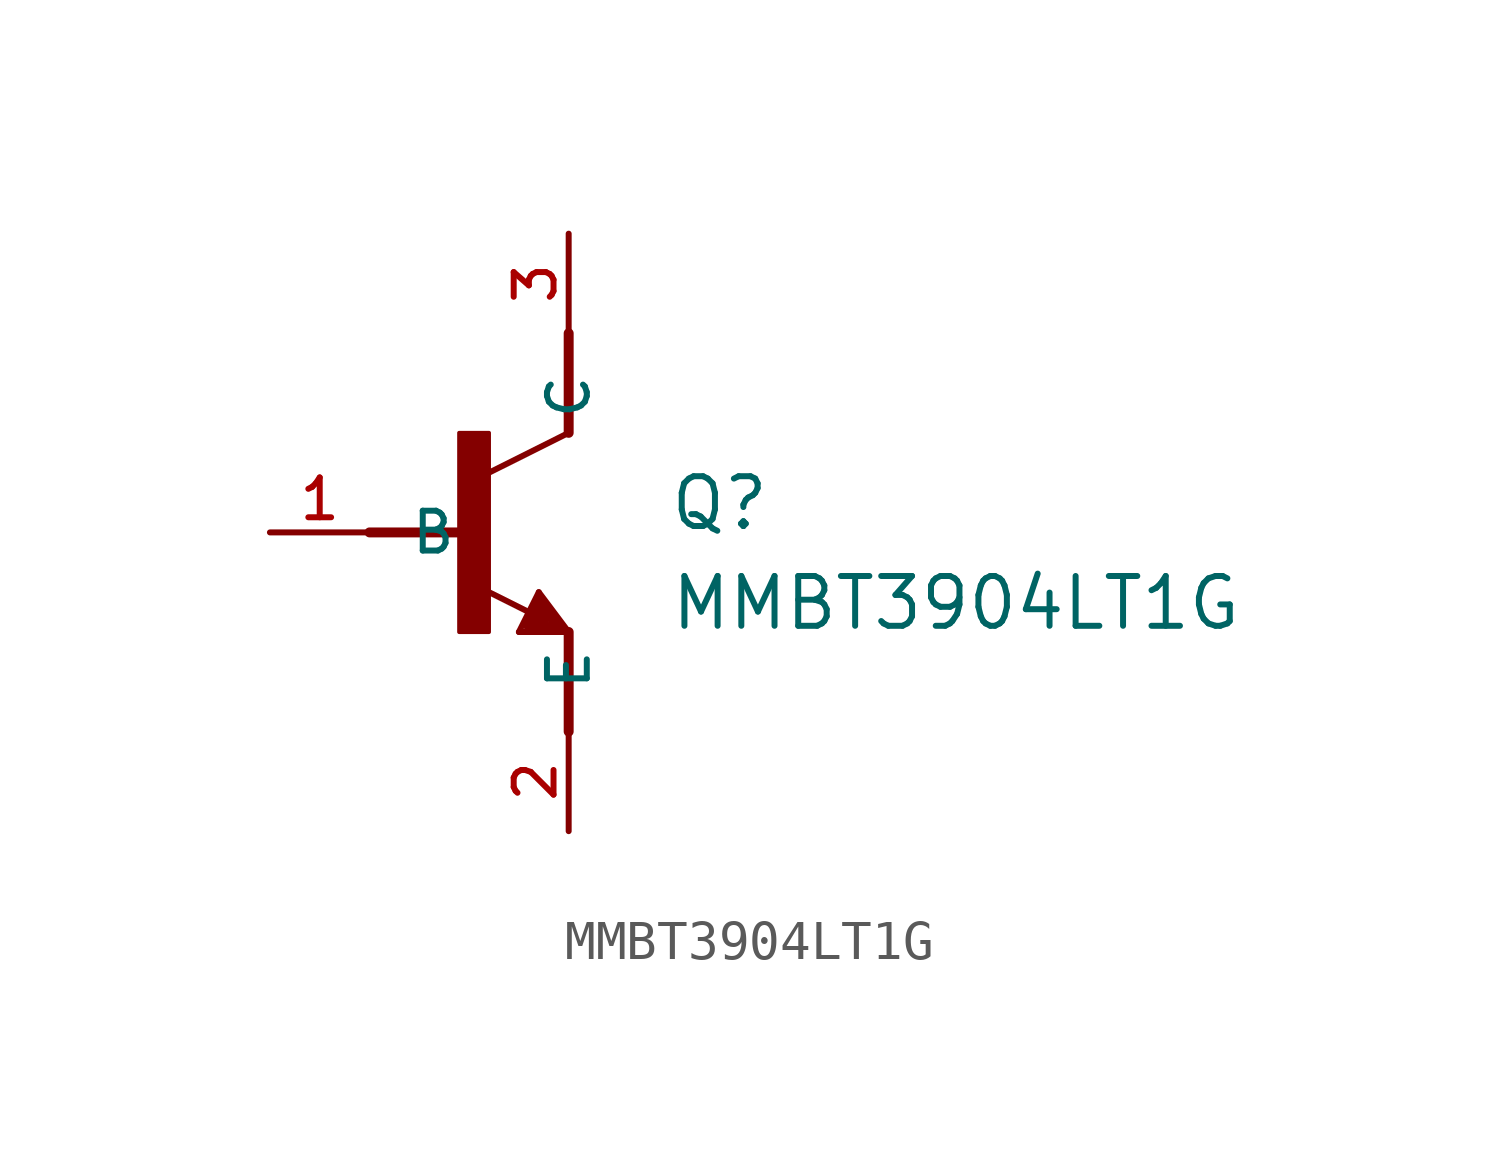
<source format=kicad_sym>
(kicad_symbol_lib
  (version 20211014)
  (generator kicad_symbol_editor)
  (symbol "MMBT3904LT1G"
    (pin_names
      (offset 1.016))
    (property "Reference" "Q"
      (at 5.082 0.0 0)
      (effects (font (size 1.27 1.27)) (justify bottom left)))
    (property "Value" "MMBT3904LT1G"
      (at 5.09 -2.545 0)
      (effects (font (size 1.27 1.27)) (justify bottom left)))
    (symbol "MMBT3904LT1G_0_0"
      (polyline (pts (xy 2.54 2.54) (xy 0.508 1.524)) (stroke (width 0.152)))
      (polyline (pts (xy 1.778 -1.524) (xy 2.54 -2.54)) (stroke (width 0.152)))
      (polyline (pts (xy 2.54 -2.54) (xy 1.27 -2.54)) (stroke (width 0.152)))
      (polyline (pts (xy 1.27 -2.54) (xy 1.778 -1.524)) (stroke (width 0.152)))
      (polyline (pts (xy 1.54 -2.04) (xy 0.308 -1.424)) (stroke (width 0.152)))
      (polyline (pts (xy 1.524 -2.413) (xy 2.286 -2.413)) (stroke (width 0.254)))
      (polyline (pts (xy 2.286 -2.413) (xy 1.778 -1.778)) (stroke (width 0.254)))
      (polyline (pts (xy 1.778 -1.778) (xy 1.524 -2.286)) (stroke (width 0.254)))
      (polyline (pts (xy 1.524 -2.286) (xy 1.905 -2.286)) (stroke (width 0.254)))
      (polyline (pts (xy 1.905 -2.286) (xy 1.778 -2.032)) (stroke (width 0.254)))
      (rectangle (start -0.254 -2.542) (end 0.508 2.54) (stroke (width 0.1)) (fill (type outline)))
      (polyline (pts (xy -2.54 0.0) (xy 0.0 0.0)) (stroke (width 0.254)))
      (polyline (pts (xy 2.54 5.08) (xy 2.54 2.54)) (stroke (width 0.254)))
      (polyline (pts (xy 2.54 -2.54) (xy 2.54 -5.08)) (stroke (width 0.254)))
      (pin passive line (at -5.08 0.0 0) (length 2.54) (name "B" (effects (font (size 1.016 1.016)))) (number "1" (effects (font (size 1.016 1.016)))))
      (pin passive line (at 2.54 -7.62 90.0) (length 2.54) (name "E" (effects (font (size 1.016 1.016)))) (number "2" (effects (font (size 1.016 1.016)))))
      (pin passive line (at 2.54 7.62 270.0) (length 2.54) (name "C" (effects (font (size 1.016 1.016)))) (number "3" (effects (font (size 1.016 1.016))))))))
</source>
